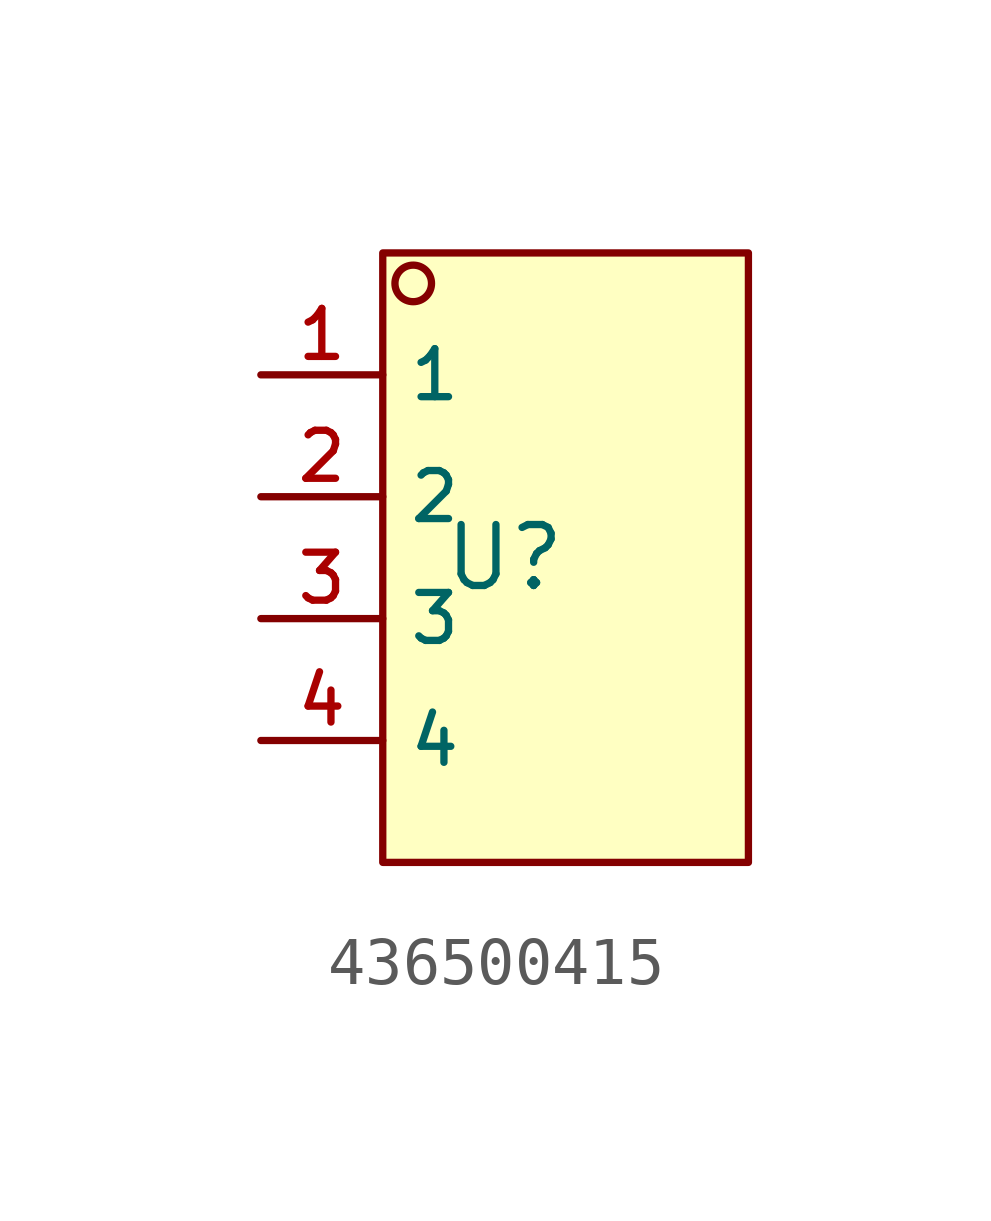
<source format=kicad_sym>
(kicad_symbol_lib
  (version 20210201)
  (generator TousstNicolas/JLC2KiCad_lib)
  (symbol "436500415"
    (property "Reference" "U"
      (at 0 1.27 0)
      (effects (font (size 1.27 1.27))))
    (symbol "436500415_0_1"
      (rectangle (start -2.54 7.62) (end 5.08 -5.08) (stroke (width 0) (type default) (color 0 0 0 0)) (fill (type background)))
      (circle (center -1.905 6.985) (radius 0.381) (stroke (width 0) (type default) (color 0 0 0 0)) (fill (type background)))
      (pin unspecified line (at -5.08 5.08 0) (length 2.54) (name "1" (effects (font (size 1 1)))) (number "1" (effects (font (size 1 1)))))
      (pin unspecified line (at -5.08 2.54 0) (length 2.54) (name "2" (effects (font (size 1 1)))) (number "2" (effects (font (size 1 1)))))
      (pin unspecified line (at -5.08 -0.0 0) (length 2.54) (name "3" (effects (font (size 1 1)))) (number "3" (effects (font (size 1 1)))))
      (pin unspecified line (at -5.08 -2.54 0) (length 2.54) (name "4" (effects (font (size 1 1)))) (number "4" (effects (font (size 1 1))))))))
</source>
